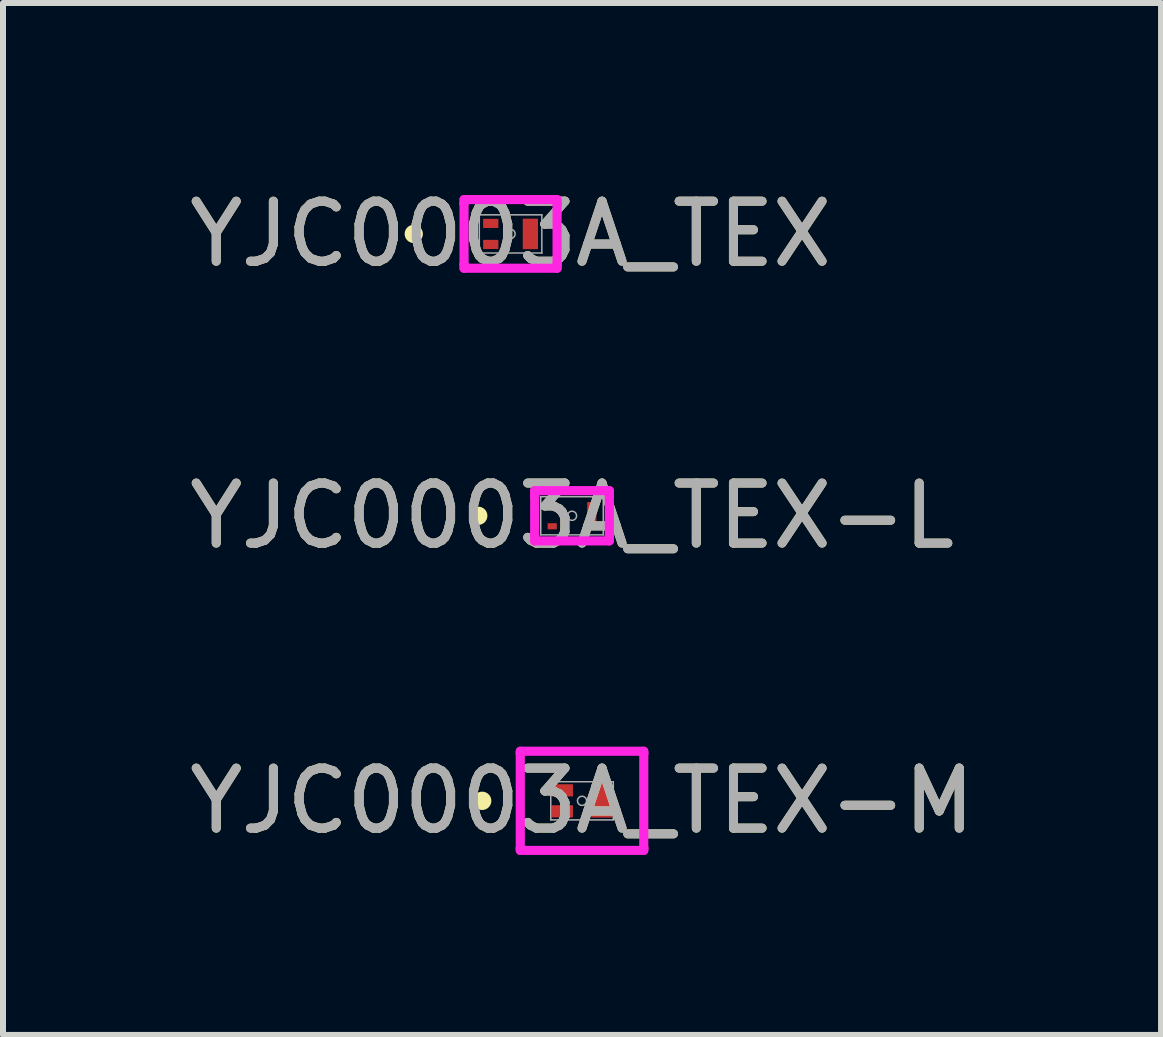
<source format=kicad_pcb>
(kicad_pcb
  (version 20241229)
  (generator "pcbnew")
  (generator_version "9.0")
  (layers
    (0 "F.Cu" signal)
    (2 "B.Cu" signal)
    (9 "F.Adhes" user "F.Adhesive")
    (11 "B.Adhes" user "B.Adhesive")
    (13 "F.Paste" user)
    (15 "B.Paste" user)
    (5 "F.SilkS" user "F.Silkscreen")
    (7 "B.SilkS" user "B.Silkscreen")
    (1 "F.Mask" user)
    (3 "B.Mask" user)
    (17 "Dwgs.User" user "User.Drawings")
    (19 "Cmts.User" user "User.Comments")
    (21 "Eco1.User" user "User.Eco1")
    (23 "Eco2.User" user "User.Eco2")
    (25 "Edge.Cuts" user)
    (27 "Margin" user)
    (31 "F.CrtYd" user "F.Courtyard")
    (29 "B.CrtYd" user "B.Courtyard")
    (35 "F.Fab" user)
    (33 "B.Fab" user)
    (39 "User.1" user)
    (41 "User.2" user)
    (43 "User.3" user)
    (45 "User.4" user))
  (footprint "YJC0003A_TEX"
    (layer "F.Cu")
    (at 5.458 0.848)
    (property "Reference" "YJC0003A_TEX" (at 0 0 0) (unlocked yes) (layer "F.SilkS") (effects (font (size 1 1) (thickness 0.15))))
    (attr smd)
    (fp_circle (center -1.613 0) (end -1.537 0) (stroke (width 0.152) (type solid)) (fill no) (layer "F.SilkS"))
    (fp_line (start -0.775 -0.572) (end 0.775 -0.572) (stroke (width 0.152) (type solid)) (layer "F.CrtYd"))
    (fp_line (start -0.775 -0.508) (end -0.775 -0.572) (stroke (width 0.152) (type solid)) (layer "F.CrtYd"))
    (fp_line (start -0.775 -0.508) (end -0.775 -0.508) (stroke (width 0.152) (type solid)) (layer "F.CrtYd"))
    (fp_line (start -0.775 0.508) (end -0.775 -0.508) (stroke (width 0.152) (type solid)) (layer "F.CrtYd"))
    (fp_line (start -0.775 0.508) (end -0.775 0.508) (stroke (width 0.152) (type solid)) (layer "F.CrtYd"))
    (fp_line (start -0.775 0.572) (end -0.775 0.508) (stroke (width 0.152) (type solid)) (layer "F.CrtYd"))
    (fp_line (start 0.775 -0.572) (end 0.775 -0.508) (stroke (width 0.152) (type solid)) (layer "F.CrtYd"))
    (fp_line (start 0.775 -0.508) (end 0.775 -0.508) (stroke (width 0.152) (type solid)) (layer "F.CrtYd"))
    (fp_line (start 0.775 -0.508) (end 0.775 0.508) (stroke (width 0.152) (type solid)) (layer "F.CrtYd"))
    (fp_line (start 0.775 0.508) (end 0.775 0.508) (stroke (width 0.152) (type solid)) (layer "F.CrtYd"))
    (fp_line (start 0.775 0.508) (end 0.775 0.572) (stroke (width 0.152) (type solid)) (layer "F.CrtYd"))
    (fp_line (start 0.775 0.572) (end -0.775 0.572) (stroke (width 0.152) (type solid)) (layer "F.CrtYd"))
    (fp_line (start -0.521 -0.318) (end -0.521 0.318) (stroke (width 0.025) (type solid)) (layer "F.Fab"))
    (fp_line (start -0.521 0.318) (end 0.521 0.318) (stroke (width 0.025) (type solid)) (layer "F.Fab"))
    (fp_line (start 0.521 -0.318) (end -0.521 -0.318) (stroke (width 0.025) (type solid)) (layer "F.Fab"))
    (fp_line (start 0.521 0.318) (end 0.521 -0.318) (stroke (width 0.025) (type solid)) (layer "F.Fab"))
    (fp_circle (center 0 0) (end 0.076 0) (stroke (width 0.025) (type solid)) (fill no) (layer "F.Fab"))
    (fp_text user "${REFERENCE}" (at 0 0 0) (unlocked yes) (layer "F.Fab") (effects (font (size 1 1) (thickness 0.15))))
    (pad "1" smd rect (at -0.33 -0.175) (size 0.254 0.152) (layers "F.Cu" "F.Mask" "F.Paste"))
    (pad "2" smd rect (at -0.33 0.175) (size 0.254 0.152) (layers "F.Cu" "F.Mask" "F.Paste"))
    (pad "3" smd rect (at 0.33 0) (size 0.254 0.508) (layers "F.Cu" "F.Mask" "F.Paste")))
  (footprint "YJC0003A_TEX-L"
    (layer "F.Cu")
    (at 6.482 5.545)
    (property "Reference" "YJC0003A_TEX-L" (at 0 0 0) (unlocked yes) (layer "F.SilkS") (effects (font (size 1 1) (thickness 0.15))))
    (attr smd)
    (fp_circle (center -1.562 0) (end -1.486 0) (stroke (width 0.152) (type solid)) (fill no) (layer "F.SilkS"))
    (fp_line (start -0.622 -0.419) (end 0.622 -0.419) (stroke (width 0.152) (type solid)) (layer "F.CrtYd"))
    (fp_line (start -0.622 -0.33) (end -0.622 -0.419) (stroke (width 0.152) (type solid)) (layer "F.CrtYd"))
    (fp_line (start -0.622 -0.33) (end -0.622 -0.33) (stroke (width 0.152) (type solid)) (layer "F.CrtYd"))
    (fp_line (start -0.622 0.33) (end -0.622 -0.33) (stroke (width 0.152) (type solid)) (layer "F.CrtYd"))
    (fp_line (start -0.622 0.33) (end -0.622 0.33) (stroke (width 0.152) (type solid)) (layer "F.CrtYd"))
    (fp_line (start -0.622 0.419) (end -0.622 0.33) (stroke (width 0.152) (type solid)) (layer "F.CrtYd"))
    (fp_line (start 0.622 -0.419) (end 0.622 -0.33) (stroke (width 0.152) (type solid)) (layer "F.CrtYd"))
    (fp_line (start 0.622 -0.33) (end 0.622 -0.33) (stroke (width 0.152) (type solid)) (layer "F.CrtYd"))
    (fp_line (start 0.622 -0.33) (end 0.622 0.33) (stroke (width 0.152) (type solid)) (layer "F.CrtYd"))
    (fp_line (start 0.622 0.33) (end 0.622 0.33) (stroke (width 0.152) (type solid)) (layer "F.CrtYd"))
    (fp_line (start 0.622 0.33) (end 0.622 0.419) (stroke (width 0.152) (type solid)) (layer "F.CrtYd"))
    (fp_line (start 0.622 0.419) (end -0.622 0.419) (stroke (width 0.152) (type solid)) (layer "F.CrtYd"))
    (fp_line (start -0.521 -0.318) (end -0.521 0.318) (stroke (width 0.025) (type solid)) (layer "F.Fab"))
    (fp_line (start -0.521 0.318) (end 0.521 0.318) (stroke (width 0.025) (type solid)) (layer "F.Fab"))
    (fp_line (start 0.521 -0.318) (end -0.521 -0.318) (stroke (width 0.025) (type solid)) (layer "F.Fab"))
    (fp_line (start 0.521 0.318) (end 0.521 -0.318) (stroke (width 0.025) (type solid)) (layer "F.Fab"))
    (fp_circle (center 0 0) (end 0.076 0) (stroke (width 0.025) (type solid)) (fill no) (layer "F.Fab"))
    (fp_text user "${REFERENCE}" (at 0 0 0) (unlocked yes) (layer "F.Fab") (effects (font (size 1 1) (thickness 0.15))))
    (pad "1" smd rect (at -0.33 -0.175) (size 0.152 0.102) (layers "F.Cu" "F.Mask" "F.Paste"))
    (pad "2" smd rect (at -0.33 0.175) (size 0.152 0.102) (layers "F.Cu" "F.Mask" "F.Paste"))
    (pad "3" smd rect (at 0.33 0) (size 0.152 0.457) (layers "F.Cu" "F.Mask" "F.Paste")))
  (footprint "YJC0003A_TEX-M"
    (layer "F.Cu")
    (at 6.649 10.295)
    (property "Reference" "YJC0003A_TEX-M" (at 0 0 0) (unlocked yes) (layer "F.SilkS") (effects (font (size 1 1) (thickness 0.15))))
    (attr smd)
    (fp_circle (center -1.664 0) (end -1.587 0) (stroke (width 0.152) (type solid)) (fill no) (layer "F.SilkS"))
    (fp_line (start -1.029 -0.826) (end 1.029 -0.826) (stroke (width 0.152) (type solid)) (layer "F.CrtYd"))
    (fp_line (start -1.029 -0.787) (end -1.029 -0.826) (stroke (width 0.152) (type solid)) (layer "F.CrtYd"))
    (fp_line (start -1.029 -0.787) (end -1.029 -0.787) (stroke (width 0.152) (type solid)) (layer "F.CrtYd"))
    (fp_line (start -1.029 0.787) (end -1.029 -0.787) (stroke (width 0.152) (type solid)) (layer "F.CrtYd"))
    (fp_line (start -1.029 0.787) (end -1.029 0.787) (stroke (width 0.152) (type solid)) (layer "F.CrtYd"))
    (fp_line (start -1.029 0.826) (end -1.029 0.787) (stroke (width 0.152) (type solid)) (layer "F.CrtYd"))
    (fp_line (start 1.029 -0.826) (end 1.029 -0.787) (stroke (width 0.152) (type solid)) (layer "F.CrtYd"))
    (fp_line (start 1.029 -0.787) (end 1.029 -0.787) (stroke (width 0.152) (type solid)) (layer "F.CrtYd"))
    (fp_line (start 1.029 -0.787) (end 1.029 0.787) (stroke (width 0.152) (type solid)) (layer "F.CrtYd"))
    (fp_line (start 1.029 0.787) (end 1.029 0.787) (stroke (width 0.152) (type solid)) (layer "F.CrtYd"))
    (fp_line (start 1.029 0.787) (end 1.029 0.826) (stroke (width 0.152) (type solid)) (layer "F.CrtYd"))
    (fp_line (start 1.029 0.826) (end -1.029 0.826) (stroke (width 0.152) (type solid)) (layer "F.CrtYd"))
    (fp_line (start -0.521 -0.318) (end -0.521 0.318) (stroke (width 0.025) (type solid)) (layer "F.Fab"))
    (fp_line (start -0.521 0.318) (end 0.521 0.318) (stroke (width 0.025) (type solid)) (layer "F.Fab"))
    (fp_line (start 0.521 -0.318) (end -0.521 -0.318) (stroke (width 0.025) (type solid)) (layer "F.Fab"))
    (fp_line (start 0.521 0.318) (end 0.521 -0.318) (stroke (width 0.025) (type solid)) (layer "F.Fab"))
    (fp_circle (center 0 0) (end 0.076 0) (stroke (width 0.025) (type solid)) (fill no) (layer "F.Fab"))
    (fp_text user "${REFERENCE}" (at 0 0 0) (unlocked yes) (layer "F.Fab") (effects (font (size 1 1) (thickness 0.15))))
    (pad "1" smd rect (at -0.33 -0.175) (size 0.356 0.203) (layers "F.Cu" "F.Mask" "F.Paste"))
    (pad "2" smd rect (at -0.33 0.175) (size 0.356 0.203) (layers "F.Cu" "F.Mask" "F.Paste"))
    (pad "3" smd rect (at 0.33 0) (size 0.356 0.559) (layers "F.Cu" "F.Mask" "F.Paste")))
  (gr_rect
    (start -3 -3)
    (end 16.298 14.196)
    (stroke (width 0.1) (type default))
    (fill no)
    (layer "Edge.Cuts")))
</source>
